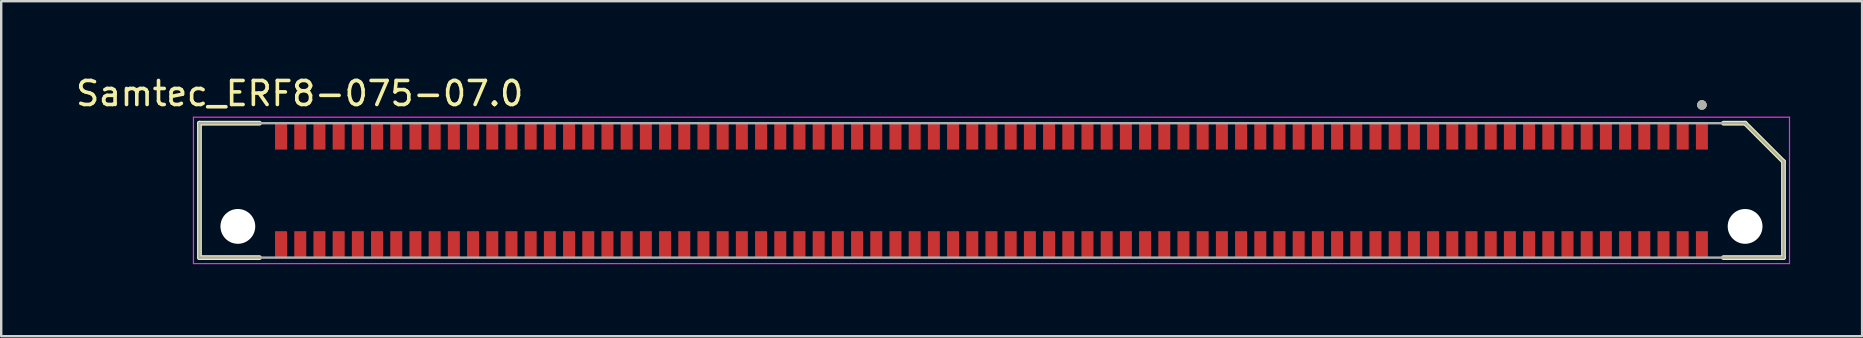
<source format=kicad_pcb>
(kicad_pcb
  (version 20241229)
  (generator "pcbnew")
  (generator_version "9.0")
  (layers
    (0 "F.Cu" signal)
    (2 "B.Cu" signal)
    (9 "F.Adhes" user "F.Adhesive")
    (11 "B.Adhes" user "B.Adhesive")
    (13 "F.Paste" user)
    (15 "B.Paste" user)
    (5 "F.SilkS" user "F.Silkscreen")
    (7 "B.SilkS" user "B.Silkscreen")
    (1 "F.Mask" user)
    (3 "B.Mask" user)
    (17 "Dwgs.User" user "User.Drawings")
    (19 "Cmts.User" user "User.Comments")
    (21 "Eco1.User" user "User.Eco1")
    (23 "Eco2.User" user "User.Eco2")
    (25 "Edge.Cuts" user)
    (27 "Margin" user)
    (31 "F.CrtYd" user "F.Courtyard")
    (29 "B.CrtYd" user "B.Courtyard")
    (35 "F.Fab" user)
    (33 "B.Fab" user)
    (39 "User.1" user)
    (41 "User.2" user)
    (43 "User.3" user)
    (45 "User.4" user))
  (footprint "Samtec_ERF8-075-07.0"
    (layer "F.Cu")
    (at 38.26 4.883)
    (property "Reference" "Samtec_ERF8-075-07.0" (at -28.825 -4.035 0) (layer "F.SilkS") (effects (font (size 1 1) (thickness 0.15))))
    (attr smd)
    (fp_line (start -33 -2.8) (end -30.5 -2.8) (stroke (width 0.2) (type solid)) (layer "F.SilkS"))
    (fp_line (start -33 2.8) (end -33 -2.8) (stroke (width 0.2) (type solid)) (layer "F.SilkS"))
    (fp_line (start -33 2.8) (end -30.5 2.8) (stroke (width 0.2) (type solid)) (layer "F.SilkS"))
    (fp_line (start 31.4 -2.8) (end 30.5 -2.8) (stroke (width 0.2) (type solid)) (layer "F.SilkS"))
    (fp_line (start 33 -1.2) (end 31.4 -2.8) (stroke (width 0.2) (type solid)) (layer "F.SilkS"))
    (fp_line (start 33 2.8) (end 30.5 2.8) (stroke (width 0.2) (type solid)) (layer "F.SilkS"))
    (fp_line (start 33 2.8) (end 33 -1.2) (stroke (width 0.2) (type solid)) (layer "F.SilkS"))
    (fp_circle (center 29.6 -3.56) (end 29.7 -3.56) (stroke (width 0.2) (type solid)) (fill no) (layer "F.SilkS"))
    (fp_line (start -33.25 -3.05) (end 33.25 -3.05) (stroke (width 0.05) (type solid)) (layer "F.CrtYd"))
    (fp_line (start -33.25 3.05) (end -33.25 -3.05) (stroke (width 0.05) (type solid)) (layer "F.CrtYd"))
    (fp_line (start 33.25 -3.05) (end 33.25 3.05) (stroke (width 0.05) (type solid)) (layer "F.CrtYd"))
    (fp_line (start 33.25 3.05) (end -33.25 3.05) (stroke (width 0.05) (type solid)) (layer "F.CrtYd"))
    (fp_line (start -33 -2.8) (end 31.4 -2.8) (stroke (width 0.1) (type solid)) (layer "F.Fab"))
    (fp_line (start -33 2.8) (end -33 -2.8) (stroke (width 0.1) (type solid)) (layer "F.Fab"))
    (fp_line (start 33 -1.2) (end 31.4 -2.8) (stroke (width 0.1) (type solid)) (layer "F.Fab"))
    (fp_line (start 33 -1.2) (end 33 2.8) (stroke (width 0.1) (type solid)) (layer "F.Fab"))
    (fp_line (start 33 2.8) (end -33 2.8) (stroke (width 0.1) (type solid)) (layer "F.Fab"))
    (fp_circle (center 29.6 -3.56) (end 29.7 -3.56) (stroke (width 0.2) (type solid)) (fill no) (layer "F.Fab"))
    (pad "" np_thru_hole circle (at -31.4 1.5) (size 1.45 1.45) (drill 1.45) (layers "*.Cu" "*.Mask"))
    (pad "" np_thru_hole circle (at 31.4 1.5) (size 1.45 1.45) (drill 1.45) (layers "*.Cu" "*.Mask"))
    (pad "1" smd rect (at 29.6 -2.25) (size 0.5 1.1) (layers "F.Cu" "F.Mask" "F.Paste"))
    (pad "2" smd rect (at 29.6 2.25) (size 0.5 1.1) (layers "F.Cu" "F.Mask" "F.Paste"))
    (pad "3" smd rect (at 28.8 -2.25) (size 0.5 1.1) (layers "F.Cu" "F.Mask" "F.Paste"))
    (pad "4" smd rect (at 28.8 2.25) (size 0.5 1.1) (layers "F.Cu" "F.Mask" "F.Paste"))
    (pad "5" smd rect (at 28 -2.25) (size 0.5 1.1) (layers "F.Cu" "F.Mask" "F.Paste"))
    (pad "6" smd rect (at 28 2.25) (size 0.5 1.1) (layers "F.Cu" "F.Mask" "F.Paste"))
    (pad "7" smd rect (at 27.2 -2.25) (size 0.5 1.1) (layers "F.Cu" "F.Mask" "F.Paste"))
    (pad "8" smd rect (at 27.2 2.25) (size 0.5 1.1) (layers "F.Cu" "F.Mask" "F.Paste"))
    (pad "9" smd rect (at 26.4 -2.25) (size 0.5 1.1) (layers "F.Cu" "F.Mask" "F.Paste"))
    (pad "10" smd rect (at 26.4 2.25) (size 0.5 1.1) (layers "F.Cu" "F.Mask" "F.Paste"))
    (pad "11" smd rect (at 25.6 -2.25) (size 0.5 1.1) (layers "F.Cu" "F.Mask" "F.Paste"))
    (pad "12" smd rect (at 25.6 2.25) (size 0.5 1.1) (layers "F.Cu" "F.Mask" "F.Paste"))
    (pad "13" smd rect (at 24.8 -2.25) (size 0.5 1.1) (layers "F.Cu" "F.Mask" "F.Paste"))
    (pad "14" smd rect (at 24.8 2.25) (size 0.5 1.1) (layers "F.Cu" "F.Mask" "F.Paste"))
    (pad "15" smd rect (at 24 -2.25) (size 0.5 1.1) (layers "F.Cu" "F.Mask" "F.Paste"))
    (pad "16" smd rect (at 24 2.25) (size 0.5 1.1) (layers "F.Cu" "F.Mask" "F.Paste"))
    (pad "17" smd rect (at 23.2 -2.25) (size 0.5 1.1) (layers "F.Cu" "F.Mask" "F.Paste"))
    (pad "18" smd rect (at 23.2 2.25) (size 0.5 1.1) (layers "F.Cu" "F.Mask" "F.Paste"))
    (pad "19" smd rect (at 22.4 -2.25) (size 0.5 1.1) (layers "F.Cu" "F.Mask" "F.Paste"))
    (pad "20" smd rect (at 22.4 2.25) (size 0.5 1.1) (layers "F.Cu" "F.Mask" "F.Paste"))
    (pad "21" smd rect (at 21.6 -2.25) (size 0.5 1.1) (layers "F.Cu" "F.Mask" "F.Paste"))
    (pad "22" smd rect (at 21.6 2.25) (size 0.5 1.1) (layers "F.Cu" "F.Mask" "F.Paste"))
    (pad "23" smd rect (at 20.8 -2.25) (size 0.5 1.1) (layers "F.Cu" "F.Mask" "F.Paste"))
    (pad "24" smd rect (at 20.8 2.25) (size 0.5 1.1) (layers "F.Cu" "F.Mask" "F.Paste"))
    (pad "25" smd rect (at 20 -2.25) (size 0.5 1.1) (layers "F.Cu" "F.Mask" "F.Paste"))
    (pad "26" smd rect (at 20 2.25) (size 0.5 1.1) (layers "F.Cu" "F.Mask" "F.Paste"))
    (pad "27" smd rect (at 19.2 -2.25) (size 0.5 1.1) (layers "F.Cu" "F.Mask" "F.Paste"))
    (pad "28" smd rect (at 19.2 2.25) (size 0.5 1.1) (layers "F.Cu" "F.Mask" "F.Paste"))
    (pad "29" smd rect (at 18.4 -2.25) (size 0.5 1.1) (layers "F.Cu" "F.Mask" "F.Paste"))
    (pad "30" smd rect (at 18.4 2.25) (size 0.5 1.1) (layers "F.Cu" "F.Mask" "F.Paste"))
    (pad "31" smd rect (at 17.6 -2.25) (size 0.5 1.1) (layers "F.Cu" "F.Mask" "F.Paste"))
    (pad "32" smd rect (at 17.6 2.25) (size 0.5 1.1) (layers "F.Cu" "F.Mask" "F.Paste"))
    (pad "33" smd rect (at 16.8 -2.25) (size 0.5 1.1) (layers "F.Cu" "F.Mask" "F.Paste"))
    (pad "34" smd rect (at 16.8 2.25) (size 0.5 1.1) (layers "F.Cu" "F.Mask" "F.Paste"))
    (pad "35" smd rect (at 16 -2.25) (size 0.5 1.1) (layers "F.Cu" "F.Mask" "F.Paste"))
    (pad "36" smd rect (at 16 2.25) (size 0.5 1.1) (layers "F.Cu" "F.Mask" "F.Paste"))
    (pad "37" smd rect (at 15.2 -2.25) (size 0.5 1.1) (layers "F.Cu" "F.Mask" "F.Paste"))
    (pad "38" smd rect (at 15.2 2.25) (size 0.5 1.1) (layers "F.Cu" "F.Mask" "F.Paste"))
    (pad "39" smd rect (at 14.4 -2.25) (size 0.5 1.1) (layers "F.Cu" "F.Mask" "F.Paste"))
    (pad "40" smd rect (at 14.4 2.25) (size 0.5 1.1) (layers "F.Cu" "F.Mask" "F.Paste"))
    (pad "41" smd rect (at 13.6 -2.25) (size 0.5 1.1) (layers "F.Cu" "F.Mask" "F.Paste"))
    (pad "42" smd rect (at 13.6 2.25) (size 0.5 1.1) (layers "F.Cu" "F.Mask" "F.Paste"))
    (pad "43" smd rect (at 12.8 -2.25) (size 0.5 1.1) (layers "F.Cu" "F.Mask" "F.Paste"))
    (pad "44" smd rect (at 12.8 2.25) (size 0.5 1.1) (layers "F.Cu" "F.Mask" "F.Paste"))
    (pad "45" smd rect (at 12 -2.25) (size 0.5 1.1) (layers "F.Cu" "F.Mask" "F.Paste"))
    (pad "46" smd rect (at 12 2.25) (size 0.5 1.1) (layers "F.Cu" "F.Mask" "F.Paste"))
    (pad "47" smd rect (at 11.2 -2.25) (size 0.5 1.1) (layers "F.Cu" "F.Mask" "F.Paste"))
    (pad "48" smd rect (at 11.2 2.25) (size 0.5 1.1) (layers "F.Cu" "F.Mask" "F.Paste"))
    (pad "49" smd rect (at 10.4 -2.25) (size 0.5 1.1) (layers "F.Cu" "F.Mask" "F.Paste"))
    (pad "50" smd rect (at 10.4 2.25) (size 0.5 1.1) (layers "F.Cu" "F.Mask" "F.Paste"))
    (pad "51" smd rect (at 9.6 -2.25) (size 0.5 1.1) (layers "F.Cu" "F.Mask" "F.Paste"))
    (pad "52" smd rect (at 9.6 2.25) (size 0.5 1.1) (layers "F.Cu" "F.Mask" "F.Paste"))
    (pad "53" smd rect (at 8.8 -2.25) (size 0.5 1.1) (layers "F.Cu" "F.Mask" "F.Paste"))
    (pad "54" smd rect (at 8.8 2.25) (size 0.5 1.1) (layers "F.Cu" "F.Mask" "F.Paste"))
    (pad "55" smd rect (at 8 -2.25) (size 0.5 1.1) (layers "F.Cu" "F.Mask" "F.Paste"))
    (pad "56" smd rect (at 8 2.25) (size 0.5 1.1) (layers "F.Cu" "F.Mask" "F.Paste"))
    (pad "57" smd rect (at 7.2 -2.25) (size 0.5 1.1) (layers "F.Cu" "F.Mask" "F.Paste"))
    (pad "58" smd rect (at 7.2 2.25) (size 0.5 1.1) (layers "F.Cu" "F.Mask" "F.Paste"))
    (pad "59" smd rect (at 6.4 -2.25) (size 0.5 1.1) (layers "F.Cu" "F.Mask" "F.Paste"))
    (pad "60" smd rect (at 6.4 2.25) (size 0.5 1.1) (layers "F.Cu" "F.Mask" "F.Paste"))
    (pad "61" smd rect (at 5.6 -2.25) (size 0.5 1.1) (layers "F.Cu" "F.Mask" "F.Paste"))
    (pad "62" smd rect (at 5.6 2.25) (size 0.5 1.1) (layers "F.Cu" "F.Mask" "F.Paste"))
    (pad "63" smd rect (at 4.8 -2.25) (size 0.5 1.1) (layers "F.Cu" "F.Mask" "F.Paste"))
    (pad "64" smd rect (at 4.8 2.25) (size 0.5 1.1) (layers "F.Cu" "F.Mask" "F.Paste"))
    (pad "65" smd rect (at 4 -2.25) (size 0.5 1.1) (layers "F.Cu" "F.Mask" "F.Paste"))
    (pad "66" smd rect (at 4 2.25) (size 0.5 1.1) (layers "F.Cu" "F.Mask" "F.Paste"))
    (pad "67" smd rect (at 3.2 -2.25) (size 0.5 1.1) (layers "F.Cu" "F.Mask" "F.Paste"))
    (pad "68" smd rect (at 3.2 2.25) (size 0.5 1.1) (layers "F.Cu" "F.Mask" "F.Paste"))
    (pad "69" smd rect (at 2.4 -2.25) (size 0.5 1.1) (layers "F.Cu" "F.Mask" "F.Paste"))
    (pad "70" smd rect (at 2.4 2.25) (size 0.5 1.1) (layers "F.Cu" "F.Mask" "F.Paste"))
    (pad "71" smd rect (at 1.6 -2.25) (size 0.5 1.1) (layers "F.Cu" "F.Mask" "F.Paste"))
    (pad "72" smd rect (at 1.6 2.25) (size 0.5 1.1) (layers "F.Cu" "F.Mask" "F.Paste"))
    (pad "73" smd rect (at 0.8 -2.25) (size 0.5 1.1) (layers "F.Cu" "F.Mask" "F.Paste"))
    (pad "74" smd rect (at 0.8 2.25) (size 0.5 1.1) (layers "F.Cu" "F.Mask" "F.Paste"))
    (pad "75" smd rect (at 0 -2.25) (size 0.5 1.1) (layers "F.Cu" "F.Mask" "F.Paste"))
    (pad "76" smd rect (at 0 2.25) (size 0.5 1.1) (layers "F.Cu" "F.Mask" "F.Paste"))
    (pad "77" smd rect (at -0.8 -2.25) (size 0.5 1.1) (layers "F.Cu" "F.Mask" "F.Paste"))
    (pad "78" smd rect (at -0.8 2.25) (size 0.5 1.1) (layers "F.Cu" "F.Mask" "F.Paste"))
    (pad "79" smd rect (at -1.6 -2.25) (size 0.5 1.1) (layers "F.Cu" "F.Mask" "F.Paste"))
    (pad "80" smd rect (at -1.6 2.25) (size 0.5 1.1) (layers "F.Cu" "F.Mask" "F.Paste"))
    (pad "81" smd rect (at -2.4 -2.25) (size 0.5 1.1) (layers "F.Cu" "F.Mask" "F.Paste"))
    (pad "82" smd rect (at -2.4 2.25) (size 0.5 1.1) (layers "F.Cu" "F.Mask" "F.Paste"))
    (pad "83" smd rect (at -3.2 -2.25) (size 0.5 1.1) (layers "F.Cu" "F.Mask" "F.Paste"))
    (pad "84" smd rect (at -3.2 2.25) (size 0.5 1.1) (layers "F.Cu" "F.Mask" "F.Paste"))
    (pad "85" smd rect (at -4 -2.25) (size 0.5 1.1) (layers "F.Cu" "F.Mask" "F.Paste"))
    (pad "86" smd rect (at -4 2.25) (size 0.5 1.1) (layers "F.Cu" "F.Mask" "F.Paste"))
    (pad "87" smd rect (at -4.8 -2.25) (size 0.5 1.1) (layers "F.Cu" "F.Mask" "F.Paste"))
    (pad "88" smd rect (at -4.8 2.25) (size 0.5 1.1) (layers "F.Cu" "F.Mask" "F.Paste"))
    (pad "89" smd rect (at -5.6 -2.25) (size 0.5 1.1) (layers "F.Cu" "F.Mask" "F.Paste"))
    (pad "90" smd rect (at -5.6 2.25) (size 0.5 1.1) (layers "F.Cu" "F.Mask" "F.Paste"))
    (pad "91" smd rect (at -6.4 -2.25) (size 0.5 1.1) (layers "F.Cu" "F.Mask" "F.Paste"))
    (pad "92" smd rect (at -6.4 2.25) (size 0.5 1.1) (layers "F.Cu" "F.Mask" "F.Paste"))
    (pad "93" smd rect (at -7.2 -2.25) (size 0.5 1.1) (layers "F.Cu" "F.Mask" "F.Paste"))
    (pad "94" smd rect (at -7.2 2.25) (size 0.5 1.1) (layers "F.Cu" "F.Mask" "F.Paste"))
    (pad "95" smd rect (at -8 -2.25) (size 0.5 1.1) (layers "F.Cu" "F.Mask" "F.Paste"))
    (pad "96" smd rect (at -8 2.25) (size 0.5 1.1) (layers "F.Cu" "F.Mask" "F.Paste"))
    (pad "97" smd rect (at -8.8 -2.25) (size 0.5 1.1) (layers "F.Cu" "F.Mask" "F.Paste"))
    (pad "98" smd rect (at -8.8 2.25) (size 0.5 1.1) (layers "F.Cu" "F.Mask" "F.Paste"))
    (pad "99" smd rect (at -9.6 -2.25) (size 0.5 1.1) (layers "F.Cu" "F.Mask" "F.Paste"))
    (pad "100" smd rect (at -9.6 2.25) (size 0.5 1.1) (layers "F.Cu" "F.Mask" "F.Paste"))
    (pad "101" smd rect (at -10.4 -2.25) (size 0.5 1.1) (layers "F.Cu" "F.Mask" "F.Paste"))
    (pad "102" smd rect (at -10.4 2.25) (size 0.5 1.1) (layers "F.Cu" "F.Mask" "F.Paste"))
    (pad "103" smd rect (at -11.2 -2.25) (size 0.5 1.1) (layers "F.Cu" "F.Mask" "F.Paste"))
    (pad "104" smd rect (at -11.2 2.25) (size 0.5 1.1) (layers "F.Cu" "F.Mask" "F.Paste"))
    (pad "105" smd rect (at -12 -2.25) (size 0.5 1.1) (layers "F.Cu" "F.Mask" "F.Paste"))
    (pad "106" smd rect (at -12 2.25) (size 0.5 1.1) (layers "F.Cu" "F.Mask" "F.Paste"))
    (pad "107" smd rect (at -12.8 -2.25) (size 0.5 1.1) (layers "F.Cu" "F.Mask" "F.Paste"))
    (pad "108" smd rect (at -12.8 2.25) (size 0.5 1.1) (layers "F.Cu" "F.Mask" "F.Paste"))
    (pad "109" smd rect (at -13.6 -2.25) (size 0.5 1.1) (layers "F.Cu" "F.Mask" "F.Paste"))
    (pad "110" smd rect (at -13.6 2.25) (size 0.5 1.1) (layers "F.Cu" "F.Mask" "F.Paste"))
    (pad "111" smd rect (at -14.4 -2.25) (size 0.5 1.1) (layers "F.Cu" "F.Mask" "F.Paste"))
    (pad "112" smd rect (at -14.4 2.25) (size 0.5 1.1) (layers "F.Cu" "F.Mask" "F.Paste"))
    (pad "113" smd rect (at -15.2 -2.25) (size 0.5 1.1) (layers "F.Cu" "F.Mask" "F.Paste"))
    (pad "114" smd rect (at -15.2 2.25) (size 0.5 1.1) (layers "F.Cu" "F.Mask" "F.Paste"))
    (pad "115" smd rect (at -16 -2.25) (size 0.5 1.1) (layers "F.Cu" "F.Mask" "F.Paste"))
    (pad "116" smd rect (at -16 2.25) (size 0.5 1.1) (layers "F.Cu" "F.Mask" "F.Paste"))
    (pad "117" smd rect (at -16.8 -2.25) (size 0.5 1.1) (layers "F.Cu" "F.Mask" "F.Paste"))
    (pad "118" smd rect (at -16.8 2.25) (size 0.5 1.1) (layers "F.Cu" "F.Mask" "F.Paste"))
    (pad "119" smd rect (at -17.6 -2.25) (size 0.5 1.1) (layers "F.Cu" "F.Mask" "F.Paste"))
    (pad "120" smd rect (at -17.6 2.25) (size 0.5 1.1) (layers "F.Cu" "F.Mask" "F.Paste"))
    (pad "121" smd rect (at -18.4 -2.25) (size 0.5 1.1) (layers "F.Cu" "F.Mask" "F.Paste"))
    (pad "122" smd rect (at -18.4 2.25) (size 0.5 1.1) (layers "F.Cu" "F.Mask" "F.Paste"))
    (pad "123" smd rect (at -19.2 -2.25) (size 0.5 1.1) (layers "F.Cu" "F.Mask" "F.Paste"))
    (pad "124" smd rect (at -19.2 2.25) (size 0.5 1.1) (layers "F.Cu" "F.Mask" "F.Paste"))
    (pad "125" smd rect (at -20 -2.25) (size 0.5 1.1) (layers "F.Cu" "F.Mask" "F.Paste"))
    (pad "126" smd rect (at -20 2.25) (size 0.5 1.1) (layers "F.Cu" "F.Mask" "F.Paste"))
    (pad "127" smd rect (at -20.8 -2.25) (size 0.5 1.1) (layers "F.Cu" "F.Mask" "F.Paste"))
    (pad "128" smd rect (at -20.8 2.25) (size 0.5 1.1) (layers "F.Cu" "F.Mask" "F.Paste"))
    (pad "129" smd rect (at -21.6 -2.25) (size 0.5 1.1) (layers "F.Cu" "F.Mask" "F.Paste"))
    (pad "130" smd rect (at -21.6 2.25) (size 0.5 1.1) (layers "F.Cu" "F.Mask" "F.Paste"))
    (pad "131" smd rect (at -22.4 -2.25) (size 0.5 1.1) (layers "F.Cu" "F.Mask" "F.Paste"))
    (pad "132" smd rect (at -22.4 2.25) (size 0.5 1.1) (layers "F.Cu" "F.Mask" "F.Paste"))
    (pad "133" smd rect (at -23.2 -2.25) (size 0.5 1.1) (layers "F.Cu" "F.Mask" "F.Paste"))
    (pad "134" smd rect (at -23.2 2.25) (size 0.5 1.1) (layers "F.Cu" "F.Mask" "F.Paste"))
    (pad "135" smd rect (at -24 -2.25) (size 0.5 1.1) (layers "F.Cu" "F.Mask" "F.Paste"))
    (pad "136" smd rect (at -24 2.25) (size 0.5 1.1) (layers "F.Cu" "F.Mask" "F.Paste"))
    (pad "137" smd rect (at -24.8 -2.25) (size 0.5 1.1) (layers "F.Cu" "F.Mask" "F.Paste"))
    (pad "138" smd rect (at -24.8 2.25) (size 0.5 1.1) (layers "F.Cu" "F.Mask" "F.Paste"))
    (pad "139" smd rect (at -25.6 -2.25) (size 0.5 1.1) (layers "F.Cu" "F.Mask" "F.Paste"))
    (pad "140" smd rect (at -25.6 2.25) (size 0.5 1.1) (layers "F.Cu" "F.Mask" "F.Paste"))
    (pad "141" smd rect (at -26.4 -2.25) (size 0.5 1.1) (layers "F.Cu" "F.Mask" "F.Paste"))
    (pad "142" smd rect (at -26.4 2.25) (size 0.5 1.1) (layers "F.Cu" "F.Mask" "F.Paste"))
    (pad "143" smd rect (at -27.2 -2.25) (size 0.5 1.1) (layers "F.Cu" "F.Mask" "F.Paste"))
    (pad "144" smd rect (at -27.2 2.25) (size 0.5 1.1) (layers "F.Cu" "F.Mask" "F.Paste"))
    (pad "145" smd rect (at -28 -2.25) (size 0.5 1.1) (layers "F.Cu" "F.Mask" "F.Paste"))
    (pad "146" smd rect (at -28 2.25) (size 0.5 1.1) (layers "F.Cu" "F.Mask" "F.Paste"))
    (pad "147" smd rect (at -28.8 -2.25) (size 0.5 1.1) (layers "F.Cu" "F.Mask" "F.Paste"))
    (pad "148" smd rect (at -28.8 2.25) (size 0.5 1.1) (layers "F.Cu" "F.Mask" "F.Paste"))
    (pad "149" smd rect (at -29.6 -2.25) (size 0.5 1.1) (layers "F.Cu" "F.Mask" "F.Paste"))
    (pad "150" smd rect (at -29.6 2.25) (size 0.5 1.1) (layers "F.Cu" "F.Mask" "F.Paste")))
  (gr_rect
    (start -3 -3)
    (end 74.535 10.958)
    (stroke (width 0.1) (type default))
    (fill no)
    (layer "Edge.Cuts")))
</source>
